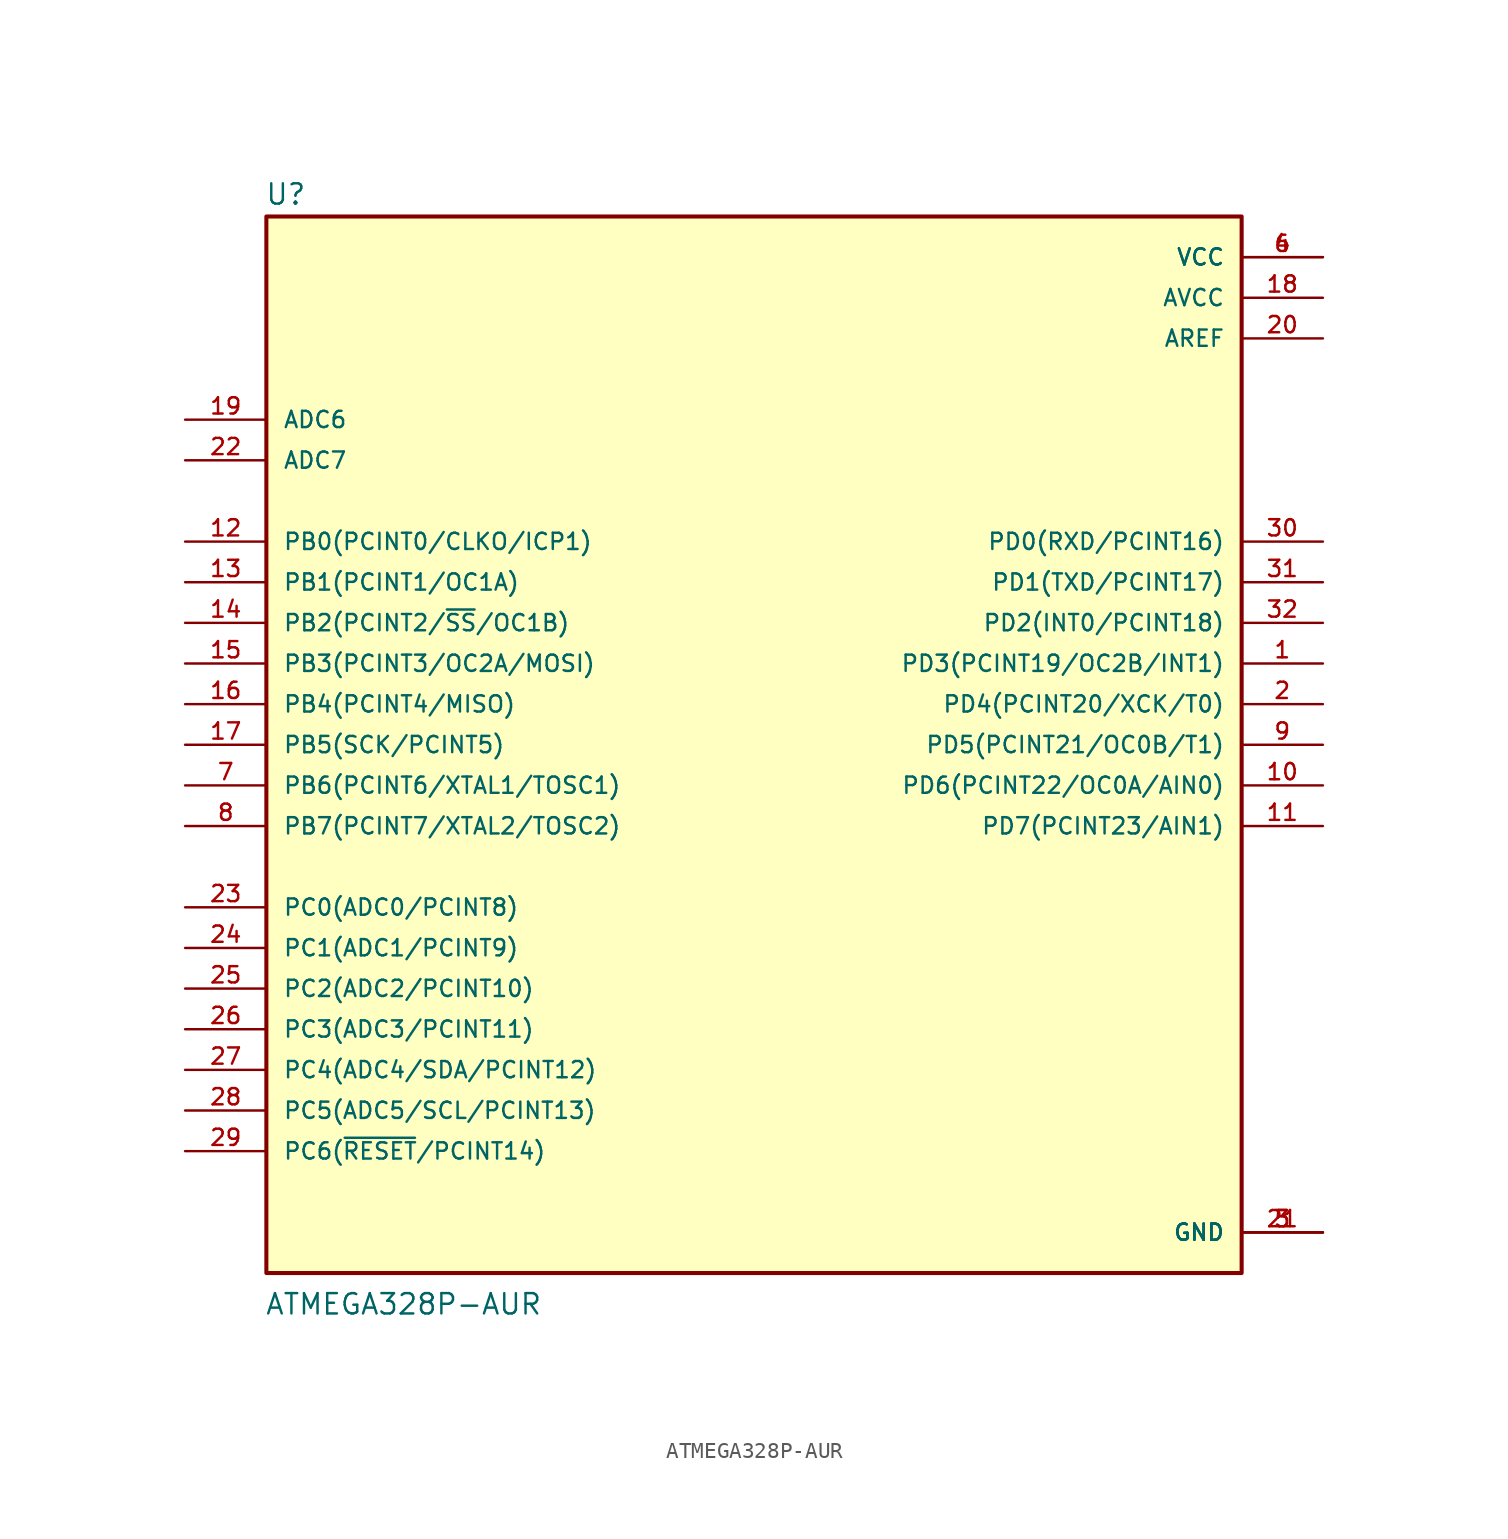
<source format=kicad_sym>
(kicad_symbol_lib
  (version 20211014)
  (generator kicad_symbol_editor)
  (symbol "ATMEGA328P-AUR"
    (pin_names
      (offset 1.016))
    (property "Reference" "U"
      (at -30.577 33.663 0)
      (effects (font (size 1.27 1.27)) (justify bottom left)))
    (property "Value" "ATMEGA328P-AUR"
      (at -30.587 -35.708 0)
      (effects (font (size 1.27 1.27)) (justify bottom left)))
    (symbol "ATMEGA328P-AUR_0_0"
      (rectangle (start -30.48 -33.02) (end 30.48 33.02) (stroke (width 0.254)) (fill (type background)))
      (pin bidirectional line (at 35.56 5.08 180.0) (length 5.08) (name "PD3(PCINT19/OC2B/INT1)" (effects (font (size 1.016 1.016)))) (number "1" (effects (font (size 1.016 1.016)))))
      (pin bidirectional line (at 35.56 2.54 180.0) (length 5.08) (name "PD4(PCINT20/XCK/T0)" (effects (font (size 1.016 1.016)))) (number "2" (effects (font (size 1.016 1.016)))))
      (pin power_in line (at 35.56 -30.48 180.0) (length 5.08) (name "GND" (effects (font (size 1.016 1.016)))) (number "3" (effects (font (size 1.016 1.016)))))
      (pin power_in line (at 35.56 -30.48 180.0) (length 5.08) (name "GND" (effects (font (size 1.016 1.016)))) (number "5" (effects (font (size 1.016 1.016)))))
      (pin power_in line (at 35.56 -30.48 180.0) (length 5.08) (name "GND" (effects (font (size 1.016 1.016)))) (number "21" (effects (font (size 1.016 1.016)))))
      (pin power_in line (at 35.56 30.48 180.0) (length 5.08) (name "VCC" (effects (font (size 1.016 1.016)))) (number "4" (effects (font (size 1.016 1.016)))))
      (pin power_in line (at 35.56 30.48 180.0) (length 5.08) (name "VCC" (effects (font (size 1.016 1.016)))) (number "6" (effects (font (size 1.016 1.016)))))
      (pin bidirectional line (at -35.56 -2.54 0) (length 5.08) (name "PB6(PCINT6/XTAL1/TOSC1)" (effects (font (size 1.016 1.016)))) (number "7" (effects (font (size 1.016 1.016)))))
      (pin bidirectional line (at -35.56 -5.08 0) (length 5.08) (name "PB7(PCINT7/XTAL2/TOSC2)" (effects (font (size 1.016 1.016)))) (number "8" (effects (font (size 1.016 1.016)))))
      (pin bidirectional line (at 35.56 0.0 180.0) (length 5.08) (name "PD5(PCINT21/OC0B/T1)" (effects (font (size 1.016 1.016)))) (number "9" (effects (font (size 1.016 1.016)))))
      (pin bidirectional line (at 35.56 -2.54 180.0) (length 5.08) (name "PD6(PCINT22/OC0A/AIN0)" (effects (font (size 1.016 1.016)))) (number "10" (effects (font (size 1.016 1.016)))))
      (pin bidirectional line (at 35.56 -5.08 180.0) (length 5.08) (name "PD7(PCINT23/AIN1)" (effects (font (size 1.016 1.016)))) (number "11" (effects (font (size 1.016 1.016)))))
      (pin bidirectional line (at -35.56 12.7 0) (length 5.08) (name "PB0(PCINT0/CLKO/ICP1)" (effects (font (size 1.016 1.016)))) (number "12" (effects (font (size 1.016 1.016)))))
      (pin bidirectional line (at -35.56 10.16 0) (length 5.08) (name "PB1(PCINT1/OC1A)" (effects (font (size 1.016 1.016)))) (number "13" (effects (font (size 1.016 1.016)))))
      (pin bidirectional line (at -35.56 7.62 0) (length 5.08) (name "PB2(PCINT2/~{SS}/OC1B)" (effects (font (size 1.016 1.016)))) (number "14" (effects (font (size 1.016 1.016)))))
      (pin bidirectional line (at -35.56 5.08 0) (length 5.08) (name "PB3(PCINT3/OC2A/MOSI)" (effects (font (size 1.016 1.016)))) (number "15" (effects (font (size 1.016 1.016)))))
      (pin bidirectional line (at -35.56 2.54 0) (length 5.08) (name "PB4(PCINT4/MISO)" (effects (font (size 1.016 1.016)))) (number "16" (effects (font (size 1.016 1.016)))))
      (pin bidirectional line (at -35.56 0.0 0) (length 5.08) (name "PB5(SCK/PCINT5)" (effects (font (size 1.016 1.016)))) (number "17" (effects (font (size 1.016 1.016)))))
      (pin power_in line (at 35.56 27.94 180.0) (length 5.08) (name "AVCC" (effects (font (size 1.016 1.016)))) (number "18" (effects (font (size 1.016 1.016)))))
      (pin input line (at -35.56 20.32 0) (length 5.08) (name "ADC6" (effects (font (size 1.016 1.016)))) (number "19" (effects (font (size 1.016 1.016)))))
      (pin power_in line (at 35.56 25.4 180.0) (length 5.08) (name "AREF" (effects (font (size 1.016 1.016)))) (number "20" (effects (font (size 1.016 1.016)))))
      (pin input line (at -35.56 17.78 0) (length 5.08) (name "ADC7" (effects (font (size 1.016 1.016)))) (number "22" (effects (font (size 1.016 1.016)))))
      (pin bidirectional line (at -35.56 -10.16 0) (length 5.08) (name "PC0(ADC0/PCINT8)" (effects (font (size 1.016 1.016)))) (number "23" (effects (font (size 1.016 1.016)))))
      (pin bidirectional line (at -35.56 -12.7 0) (length 5.08) (name "PC1(ADC1/PCINT9)" (effects (font (size 1.016 1.016)))) (number "24" (effects (font (size 1.016 1.016)))))
      (pin bidirectional line (at -35.56 -15.24 0) (length 5.08) (name "PC2(ADC2/PCINT10)" (effects (font (size 1.016 1.016)))) (number "25" (effects (font (size 1.016 1.016)))))
      (pin bidirectional line (at -35.56 -17.78 0) (length 5.08) (name "PC3(ADC3/PCINT11)" (effects (font (size 1.016 1.016)))) (number "26" (effects (font (size 1.016 1.016)))))
      (pin bidirectional line (at -35.56 -20.32 0) (length 5.08) (name "PC4(ADC4/SDA/PCINT12)" (effects (font (size 1.016 1.016)))) (number "27" (effects (font (size 1.016 1.016)))))
      (pin bidirectional line (at -35.56 -22.86 0) (length 5.08) (name "PC5(ADC5/SCL/PCINT13)" (effects (font (size 1.016 1.016)))) (number "28" (effects (font (size 1.016 1.016)))))
      (pin bidirectional line (at -35.56 -25.4 0) (length 5.08) (name "PC6(~{RESET}/PCINT14)" (effects (font (size 1.016 1.016)))) (number "29" (effects (font (size 1.016 1.016)))))
      (pin bidirectional line (at 35.56 12.7 180.0) (length 5.08) (name "PD0(RXD/PCINT16)" (effects (font (size 1.016 1.016)))) (number "30" (effects (font (size 1.016 1.016)))))
      (pin bidirectional line (at 35.56 10.16 180.0) (length 5.08) (name "PD1(TXD/PCINT17)" (effects (font (size 1.016 1.016)))) (number "31" (effects (font (size 1.016 1.016)))))
      (pin bidirectional line (at 35.56 7.62 180.0) (length 5.08) (name "PD2(INT0/PCINT18)" (effects (font (size 1.016 1.016)))) (number "32" (effects (font (size 1.016 1.016))))))))
</source>
